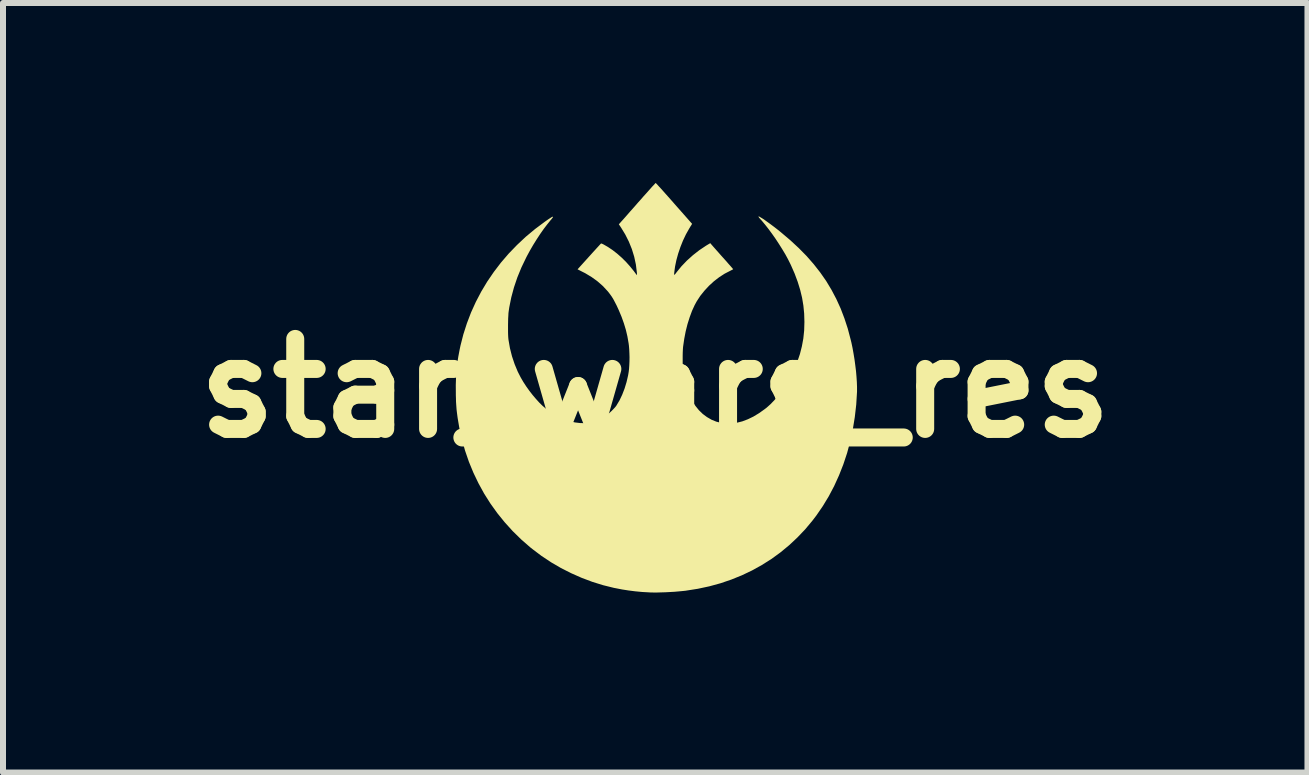
<source format=kicad_pcb>
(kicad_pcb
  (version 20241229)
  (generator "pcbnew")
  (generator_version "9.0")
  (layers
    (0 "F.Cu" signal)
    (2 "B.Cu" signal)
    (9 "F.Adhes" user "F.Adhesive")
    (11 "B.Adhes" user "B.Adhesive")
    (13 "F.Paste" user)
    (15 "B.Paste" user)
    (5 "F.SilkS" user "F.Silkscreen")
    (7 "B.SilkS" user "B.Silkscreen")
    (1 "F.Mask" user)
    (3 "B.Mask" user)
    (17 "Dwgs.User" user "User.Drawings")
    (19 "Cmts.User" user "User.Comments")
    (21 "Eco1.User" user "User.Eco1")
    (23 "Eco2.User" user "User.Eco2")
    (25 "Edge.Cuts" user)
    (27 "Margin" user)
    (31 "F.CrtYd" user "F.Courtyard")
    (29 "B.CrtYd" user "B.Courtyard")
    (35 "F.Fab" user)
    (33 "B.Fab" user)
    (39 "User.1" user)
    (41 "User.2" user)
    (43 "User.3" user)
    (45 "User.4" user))
  (footprint "star_wars_res"
    (layer "F.Cu")
    (at 7.871 3.421)
    (property "Reference" "star_wars_res" (at 0 0 0) (layer "F.SilkS") (effects (font (size 1.5 1.5) (thickness 0.3))))
    (attr board_only exclude_from_pos_files exclude_from_bom)
    (fp_poly (pts (xy 0.013 -3.417) (xy 0.024 -3.405) (xy 0.043 -3.385) (xy 0.067 -3.358) (xy 0.097 -3.326) (xy 0.131 -3.288) (xy 0.169 -3.245) (xy 0.211 -3.198) (xy 0.256 -3.147) (xy 0.303 -3.094) (xy 0.314 -3.081) (xy 0.615 -2.74) (xy 0.606 -2.725) (xy 0.599 -2.713) (xy 0.587 -2.695) (xy 0.574 -2.673) (xy 0.566 -2.66) (xy 0.512 -2.564) (xy 0.463 -2.461) (xy 0.42 -2.353) (xy 0.383 -2.244) (xy 0.353 -2.135) (xy 0.331 -2.029) (xy 0.324 -1.978) (xy 0.319 -1.94) (xy 0.316 -1.913) (xy 0.316 -1.896) (xy 0.318 -1.89) (xy 0.324 -1.892) (xy 0.333 -1.902) (xy 0.347 -1.92) (xy 0.358 -1.935) (xy 0.438 -2.033) (xy 0.529 -2.128) (xy 0.628 -2.217) (xy 0.734 -2.3) (xy 0.846 -2.375) (xy 0.874 -2.392) (xy 0.918 -2.418) (xy 0.933 -2.4) (xy 0.94 -2.392) (xy 0.954 -2.376) (xy 0.974 -2.353) (xy 0.999 -2.325) (xy 1.028 -2.292) (xy 1.061 -2.255) (xy 1.096 -2.215) (xy 1.123 -2.185) (xy 1.159 -2.145) (xy 1.193 -2.107) (xy 1.223 -2.072) (xy 1.25 -2.042) (xy 1.271 -2.018) (xy 1.287 -1.999) (xy 1.297 -1.988) (xy 1.299 -1.985) (xy 1.295 -1.981) (xy 1.282 -1.973) (xy 1.263 -1.964) (xy 1.25 -1.957) (xy 1.157 -1.909) (xy 1.066 -1.85) (xy 0.979 -1.783) (xy 0.897 -1.708) (xy 0.821 -1.626) (xy 0.752 -1.54) (xy 0.693 -1.45) (xy 0.657 -1.384) (xy 0.613 -1.288) (xy 0.574 -1.182) (xy 0.538 -1.068) (xy 0.508 -0.948) (xy 0.484 -0.823) (xy 0.466 -0.7) (xy 0.463 -0.673) (xy 0.461 -0.637) (xy 0.459 -0.593) (xy 0.458 -0.543) (xy 0.458 -0.489) (xy 0.458 -0.481) (xy 0.458 -0.413) (xy 0.46 -0.355) (xy 0.463 -0.302) (xy 0.468 -0.254) (xy 0.475 -0.208) (xy 0.484 -0.161) (xy 0.495 -0.11) (xy 0.502 -0.085) (xy 0.534 0.023) (xy 0.573 0.122) (xy 0.618 0.213) (xy 0.67 0.294) (xy 0.728 0.366) (xy 0.793 0.429) (xy 0.863 0.481) (xy 0.939 0.525) (xy 1.018 0.557) (xy 1.101 0.578) (xy 1.186 0.589) (xy 1.273 0.587) (xy 1.362 0.575) (xy 1.453 0.552) (xy 1.545 0.517) (xy 1.638 0.472) (xy 1.732 0.415) (xy 1.826 0.348) (xy 1.856 0.325) (xy 1.92 0.268) (xy 1.984 0.202) (xy 2.047 0.126) (xy 2.11 0.043) (xy 2.169 -0.045) (xy 2.226 -0.139) (xy 2.278 -0.235) (xy 2.325 -0.333) (xy 2.365 -0.432) (xy 2.368 -0.439) (xy 2.412 -0.569) (xy 2.445 -0.699) (xy 2.469 -0.829) (xy 2.483 -0.963) (xy 2.487 -1.102) (xy 2.487 -1.108) (xy 2.483 -1.244) (xy 2.47 -1.377) (xy 2.448 -1.509) (xy 2.416 -1.641) (xy 2.375 -1.774) (xy 2.324 -1.911) (xy 2.263 -2.05) (xy 2.252 -2.073) (xy 2.214 -2.149) (xy 2.17 -2.23) (xy 2.119 -2.315) (xy 2.065 -2.401) (xy 2.008 -2.488) (xy 1.949 -2.572) (xy 1.89 -2.652) (xy 1.832 -2.726) (xy 1.776 -2.793) (xy 1.752 -2.819) (xy 1.733 -2.841) (xy 1.723 -2.856) (xy 1.721 -2.863) (xy 1.723 -2.864) (xy 1.734 -2.861) (xy 1.753 -2.85) (xy 1.78 -2.834) (xy 1.813 -2.813) (xy 1.85 -2.786) (xy 1.892 -2.756) (xy 1.938 -2.722) (xy 1.986 -2.686) (xy 2.035 -2.648) (xy 2.085 -2.608) (xy 2.103 -2.593) (xy 2.254 -2.465) (xy 2.394 -2.335) (xy 2.524 -2.203) (xy 2.642 -2.068) (xy 2.751 -1.929) (xy 2.85 -1.787) (xy 2.939 -1.639) (xy 3.019 -1.487) (xy 3.091 -1.329) (xy 3.154 -1.164) (xy 3.21 -0.993) (xy 3.257 -0.814) (xy 3.27 -0.762) (xy 3.289 -0.672) (xy 3.306 -0.577) (xy 3.322 -0.48) (xy 3.335 -0.382) (xy 3.347 -0.286) (xy 3.355 -0.193) (xy 3.361 -0.105) (xy 3.364 -0.024) (xy 3.364 0.048) (xy 3.364 0.058) (xy 3.351 0.271) (xy 3.327 0.48) (xy 3.294 0.684) (xy 3.251 0.884) (xy 3.199 1.079) (xy 3.136 1.269) (xy 3.064 1.452) (xy 2.983 1.63) (xy 2.893 1.801) (xy 2.793 1.966) (xy 2.685 2.123) (xy 2.62 2.208) (xy 2.498 2.354) (xy 2.368 2.49) (xy 2.231 2.618) (xy 2.087 2.737) (xy 1.937 2.846) (xy 1.779 2.946) (xy 1.615 3.037) (xy 1.445 3.118) (xy 1.27 3.189) (xy 1.088 3.251) (xy 0.902 3.302) (xy 0.71 3.343) (xy 0.513 3.374) (xy 0.509 3.375) (xy 0.452 3.381) (xy 0.387 3.387) (xy 0.318 3.393) (xy 0.245 3.397) (xy 0.172 3.401) (xy 0.101 3.403) (xy 0.033 3.405) (xy -0.028 3.405) (xy -0.08 3.404) (xy -0.096 3.403) (xy -0.219 3.396) (xy -0.334 3.385) (xy -0.444 3.371) (xy -0.553 3.354) (xy -0.665 3.332) (xy -0.687 3.328) (xy -0.869 3.283) (xy -1.049 3.227) (xy -1.227 3.16) (xy -1.401 3.083) (xy -1.571 2.997) (xy -1.736 2.901) (xy -1.894 2.796) (xy -2.045 2.682) (xy -2.083 2.652) (xy -2.233 2.521) (xy -2.375 2.382) (xy -2.508 2.235) (xy -2.632 2.082) (xy -2.746 1.923) (xy -2.851 1.757) (xy -2.945 1.586) (xy -3.03 1.409) (xy -3.105 1.227) (xy -3.169 1.041) (xy -3.223 0.85) (xy -3.266 0.655) (xy -3.293 0.496) (xy -3.3 0.443) (xy -3.306 0.396) (xy -3.311 0.354) (xy -3.314 0.312) (xy -3.317 0.27) (xy -3.32 0.225) (xy -3.321 0.174) (xy -3.323 0.115) (xy -3.323 0.079) (xy -3.324 -0.052) (xy -3.32 -0.175) (xy -3.312 -0.293) (xy -3.3 -0.409) (xy -3.282 -0.526) (xy -3.259 -0.647) (xy -3.246 -0.709) (xy -3.198 -0.897) (xy -3.139 -1.081) (xy -3.07 -1.262) (xy -2.99 -1.438) (xy -2.9 -1.61) (xy -2.8 -1.777) (xy -2.69 -1.938) (xy -2.571 -2.094) (xy -2.442 -2.244) (xy -2.304 -2.387) (xy -2.158 -2.524) (xy -2.003 -2.653) (xy -1.84 -2.775) (xy -1.789 -2.811) (xy -1.754 -2.834) (xy -1.729 -2.85) (xy -1.712 -2.858) (xy -1.704 -2.859) (xy -1.704 -2.852) (xy -1.713 -2.838) (xy -1.73 -2.816) (xy -1.745 -2.799) (xy -1.8 -2.731) (xy -1.858 -2.655) (xy -1.917 -2.571) (xy -1.976 -2.481) (xy -2.034 -2.388) (xy -2.089 -2.293) (xy -2.141 -2.197) (xy -2.15 -2.179) (xy -2.23 -2.013) (xy -2.298 -1.847) (xy -2.354 -1.681) (xy -2.399 -1.514) (xy -2.433 -1.345) (xy -2.442 -1.283) (xy -2.446 -1.252) (xy -2.448 -1.211) (xy -2.451 -1.163) (xy -2.452 -1.111) (xy -2.453 -1.056) (xy -2.453 -1) (xy -2.453 -0.947) (xy -2.452 -0.897) (xy -2.45 -0.854) (xy -2.447 -0.819) (xy -2.445 -0.805) (xy -2.421 -0.667) (xy -2.387 -0.532) (xy -2.343 -0.401) (xy -2.291 -0.276) (xy -2.242 -0.18) (xy -2.199 -0.106) (xy -2.151 -0.032) (xy -2.099 0.041) (xy -2.044 0.112) (xy -1.988 0.178) (xy -1.932 0.24) (xy -1.877 0.294) (xy -1.824 0.339) (xy -1.803 0.355) (xy -1.708 0.42) (xy -1.614 0.473) (xy -1.521 0.516) (xy -1.428 0.549) (xy -1.338 0.57) (xy -1.248 0.581) (xy -1.161 0.582) (xy -1.077 0.571) (xy -0.995 0.549) (xy -0.929 0.522) (xy -0.899 0.507) (xy -0.867 0.489) (xy -0.838 0.471) (xy -0.83 0.466) (xy -0.798 0.442) (xy -0.764 0.413) (xy -0.729 0.381) (xy -0.697 0.348) (xy -0.668 0.317) (xy -0.647 0.29) (xy -0.645 0.286) (xy -0.594 0.201) (xy -0.55 0.108) (xy -0.511 0.007) (xy -0.478 -0.101) (xy -0.452 -0.213) (xy -0.442 -0.271) (xy -0.436 -0.323) (xy -0.432 -0.382) (xy -0.429 -0.448) (xy -0.428 -0.516) (xy -0.43 -0.584) (xy -0.433 -0.649) (xy -0.438 -0.708) (xy -0.443 -0.747) (xy -0.463 -0.862) (xy -0.489 -0.973) (xy -0.522 -1.082) (xy -0.561 -1.191) (xy -0.608 -1.303) (xy -0.644 -1.381) (xy -0.673 -1.437) (xy -0.699 -1.486) (xy -0.725 -1.528) (xy -0.753 -1.567) (xy -0.783 -1.606) (xy -0.794 -1.619) (xy -0.873 -1.704) (xy -0.962 -1.782) (xy -1.06 -1.853) (xy -1.168 -1.918) (xy -1.212 -1.94) (xy -1.294 -1.982) (xy -1.108 -2.188) (xy -1.07 -2.23) (xy -1.034 -2.27) (xy -1.001 -2.306) (xy -0.972 -2.338) (xy -0.948 -2.364) (xy -0.929 -2.385) (xy -0.916 -2.399) (xy -0.91 -2.405) (xy -0.905 -2.411) (xy -0.898 -2.412) (xy -0.889 -2.41) (xy -0.874 -2.403) (xy -0.86 -2.396) (xy -0.787 -2.354) (xy -0.711 -2.303) (xy -0.635 -2.244) (xy -0.56 -2.178) (xy -0.488 -2.107) (xy -0.42 -2.031) (xy -0.36 -1.957) (xy -0.342 -1.933) (xy -0.326 -1.911) (xy -0.313 -1.895) (xy -0.306 -1.886) (xy -0.305 -1.884) (xy -0.304 -1.888) (xy -0.304 -1.901) (xy -0.305 -1.921) (xy -0.306 -1.931) (xy -0.322 -2.062) (xy -0.35 -2.192) (xy -0.389 -2.319) (xy -0.439 -2.443) (xy -0.5 -2.564) (xy -0.567 -2.674) (xy -0.606 -2.733) (xy -0.589 -2.751) (xy -0.583 -2.758) (xy -0.57 -2.773) (xy -0.55 -2.795) (xy -0.524 -2.824) (xy -0.493 -2.859) (xy -0.458 -2.899) (xy -0.419 -2.944) (xy -0.376 -2.992) (xy -0.331 -3.043) (xy -0.286 -3.095) (xy -0.239 -3.147) (xy -0.195 -3.198) (xy -0.153 -3.244) (xy -0.115 -3.287) (xy -0.081 -3.325) (xy -0.052 -3.358) (xy -0.027 -3.384) (xy -0.009 -3.404) (xy 0.003 -3.417) (xy 0.008 -3.421) (xy 0.008 -3.421)) (stroke (width 0) (type solid)) (fill yes) (layer "F.SilkS")))
  (gr_rect
    (start -3 -3)
    (end 18.743 9.827)
    (stroke (width 0.1) (type default))
    (fill no)
    (layer "Edge.Cuts")))
</source>
